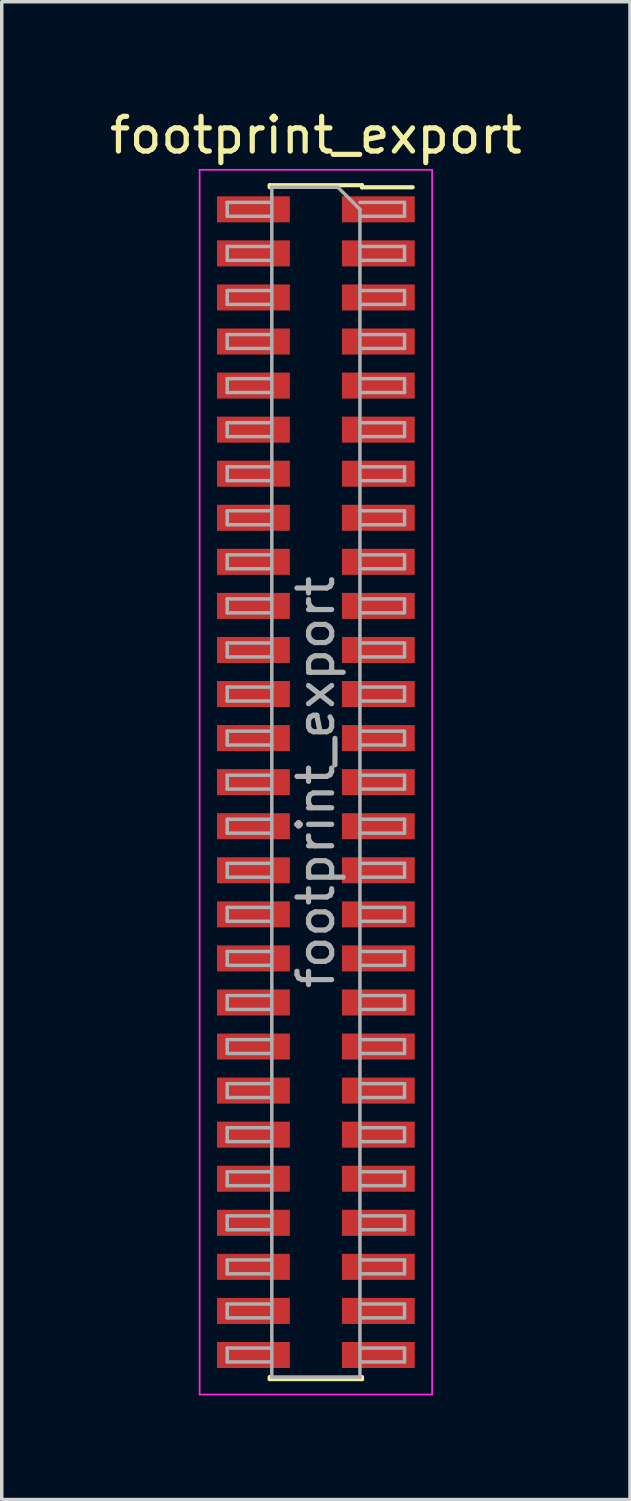
<source format=kicad_pcb>
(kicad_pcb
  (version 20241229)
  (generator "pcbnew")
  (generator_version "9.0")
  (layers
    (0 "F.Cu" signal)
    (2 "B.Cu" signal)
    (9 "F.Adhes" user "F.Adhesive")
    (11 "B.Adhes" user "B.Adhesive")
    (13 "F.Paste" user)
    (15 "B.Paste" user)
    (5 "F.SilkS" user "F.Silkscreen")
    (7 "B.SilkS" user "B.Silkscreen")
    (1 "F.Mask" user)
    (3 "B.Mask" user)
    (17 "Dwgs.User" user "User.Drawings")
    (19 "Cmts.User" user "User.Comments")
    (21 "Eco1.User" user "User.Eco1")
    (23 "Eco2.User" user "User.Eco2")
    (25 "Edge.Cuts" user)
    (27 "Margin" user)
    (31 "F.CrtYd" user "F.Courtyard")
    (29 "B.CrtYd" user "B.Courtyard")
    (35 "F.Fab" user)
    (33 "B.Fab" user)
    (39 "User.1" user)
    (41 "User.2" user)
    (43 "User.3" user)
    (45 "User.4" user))
  (footprint "footprint_export"
    (layer "F.Cu")
    (at 6.054 19.493)
    (property "Reference" "footprint_export" (at 0 -18.645 0) (layer "F.SilkS") (effects (font (size 1 1) (thickness 0.15))))
    (attr smd)
    (fp_line (start -1.33 -17.205) (end -1.33 -17.145) (stroke (width 0.12) (type solid)) (layer "F.SilkS"))
    (fp_line (start -1.33 -17.205) (end 1.33 -17.205) (stroke (width 0.12) (type solid)) (layer "F.SilkS"))
    (fp_line (start -1.33 17.145) (end -1.33 17.205) (stroke (width 0.12) (type solid)) (layer "F.SilkS"))
    (fp_line (start -1.33 17.205) (end 1.33 17.205) (stroke (width 0.12) (type solid)) (layer "F.SilkS"))
    (fp_line (start 1.33 -17.205) (end 1.33 -17.145) (stroke (width 0.12) (type solid)) (layer "F.SilkS"))
    (fp_line (start 1.33 -17.145) (end 2.79 -17.145) (stroke (width 0.12) (type solid)) (layer "F.SilkS"))
    (fp_line (start 1.33 17.145) (end 1.33 17.205) (stroke (width 0.12) (type solid)) (layer "F.SilkS"))
    (fp_line (start -3.35 -17.65) (end 3.35 -17.65) (stroke (width 0.05) (type solid)) (layer "F.CrtYd"))
    (fp_line (start -3.35 17.65) (end -3.35 -17.65) (stroke (width 0.05) (type solid)) (layer "F.CrtYd"))
    (fp_line (start 3.35 -17.65) (end 3.35 17.65) (stroke (width 0.05) (type solid)) (layer "F.CrtYd"))
    (fp_line (start 3.35 17.65) (end -3.35 17.65) (stroke (width 0.05) (type solid)) (layer "F.CrtYd"))
    (fp_line (start -2.555 -16.71) (end -1.27 -16.71) (stroke (width 0.1) (type solid)) (layer "F.Fab"))
    (fp_line (start -2.555 -16.31) (end -2.555 -16.71) (stroke (width 0.1) (type solid)) (layer "F.Fab"))
    (fp_line (start -2.555 -15.44) (end -1.27 -15.44) (stroke (width 0.1) (type solid)) (layer "F.Fab"))
    (fp_line (start -2.555 -15.04) (end -2.555 -15.44) (stroke (width 0.1) (type solid)) (layer "F.Fab"))
    (fp_line (start -2.555 -14.17) (end -1.27 -14.17) (stroke (width 0.1) (type solid)) (layer "F.Fab"))
    (fp_line (start -2.555 -13.77) (end -2.555 -14.17) (stroke (width 0.1) (type solid)) (layer "F.Fab"))
    (fp_line (start -2.555 -12.9) (end -1.27 -12.9) (stroke (width 0.1) (type solid)) (layer "F.Fab"))
    (fp_line (start -2.555 -12.5) (end -2.555 -12.9) (stroke (width 0.1) (type solid)) (layer "F.Fab"))
    (fp_line (start -2.555 -11.63) (end -1.27 -11.63) (stroke (width 0.1) (type solid)) (layer "F.Fab"))
    (fp_line (start -2.555 -11.23) (end -2.555 -11.63) (stroke (width 0.1) (type solid)) (layer "F.Fab"))
    (fp_line (start -2.555 -10.36) (end -1.27 -10.36) (stroke (width 0.1) (type solid)) (layer "F.Fab"))
    (fp_line (start -2.555 -9.96) (end -2.555 -10.36) (stroke (width 0.1) (type solid)) (layer "F.Fab"))
    (fp_line (start -2.555 -9.09) (end -1.27 -9.09) (stroke (width 0.1) (type solid)) (layer "F.Fab"))
    (fp_line (start -2.555 -8.69) (end -2.555 -9.09) (stroke (width 0.1) (type solid)) (layer "F.Fab"))
    (fp_line (start -2.555 -7.82) (end -1.27 -7.82) (stroke (width 0.1) (type solid)) (layer "F.Fab"))
    (fp_line (start -2.555 -7.42) (end -2.555 -7.82) (stroke (width 0.1) (type solid)) (layer "F.Fab"))
    (fp_line (start -2.555 -6.55) (end -1.27 -6.55) (stroke (width 0.1) (type solid)) (layer "F.Fab"))
    (fp_line (start -2.555 -6.15) (end -2.555 -6.55) (stroke (width 0.1) (type solid)) (layer "F.Fab"))
    (fp_line (start -2.555 -5.28) (end -1.27 -5.28) (stroke (width 0.1) (type solid)) (layer "F.Fab"))
    (fp_line (start -2.555 -4.88) (end -2.555 -5.28) (stroke (width 0.1) (type solid)) (layer "F.Fab"))
    (fp_line (start -2.555 -4.01) (end -1.27 -4.01) (stroke (width 0.1) (type solid)) (layer "F.Fab"))
    (fp_line (start -2.555 -3.61) (end -2.555 -4.01) (stroke (width 0.1) (type solid)) (layer "F.Fab"))
    (fp_line (start -2.555 -2.74) (end -1.27 -2.74) (stroke (width 0.1) (type solid)) (layer "F.Fab"))
    (fp_line (start -2.555 -2.34) (end -2.555 -2.74) (stroke (width 0.1) (type solid)) (layer "F.Fab"))
    (fp_line (start -2.555 -1.47) (end -1.27 -1.47) (stroke (width 0.1) (type solid)) (layer "F.Fab"))
    (fp_line (start -2.555 -1.07) (end -2.555 -1.47) (stroke (width 0.1) (type solid)) (layer "F.Fab"))
    (fp_line (start -2.555 -0.2) (end -1.27 -0.2) (stroke (width 0.1) (type solid)) (layer "F.Fab"))
    (fp_line (start -2.555 0.2) (end -2.555 -0.2) (stroke (width 0.1) (type solid)) (layer "F.Fab"))
    (fp_line (start -2.555 1.07) (end -1.27 1.07) (stroke (width 0.1) (type solid)) (layer "F.Fab"))
    (fp_line (start -2.555 1.47) (end -2.555 1.07) (stroke (width 0.1) (type solid)) (layer "F.Fab"))
    (fp_line (start -2.555 2.34) (end -1.27 2.34) (stroke (width 0.1) (type solid)) (layer "F.Fab"))
    (fp_line (start -2.555 2.74) (end -2.555 2.34) (stroke (width 0.1) (type solid)) (layer "F.Fab"))
    (fp_line (start -2.555 3.61) (end -1.27 3.61) (stroke (width 0.1) (type solid)) (layer "F.Fab"))
    (fp_line (start -2.555 4.01) (end -2.555 3.61) (stroke (width 0.1) (type solid)) (layer "F.Fab"))
    (fp_line (start -2.555 4.88) (end -1.27 4.88) (stroke (width 0.1) (type solid)) (layer "F.Fab"))
    (fp_line (start -2.555 5.28) (end -2.555 4.88) (stroke (width 0.1) (type solid)) (layer "F.Fab"))
    (fp_line (start -2.555 6.15) (end -1.27 6.15) (stroke (width 0.1) (type solid)) (layer "F.Fab"))
    (fp_line (start -2.555 6.55) (end -2.555 6.15) (stroke (width 0.1) (type solid)) (layer "F.Fab"))
    (fp_line (start -2.555 7.42) (end -1.27 7.42) (stroke (width 0.1) (type solid)) (layer "F.Fab"))
    (fp_line (start -2.555 7.82) (end -2.555 7.42) (stroke (width 0.1) (type solid)) (layer "F.Fab"))
    (fp_line (start -2.555 8.69) (end -1.27 8.69) (stroke (width 0.1) (type solid)) (layer "F.Fab"))
    (fp_line (start -2.555 9.09) (end -2.555 8.69) (stroke (width 0.1) (type solid)) (layer "F.Fab"))
    (fp_line (start -2.555 9.96) (end -1.27 9.96) (stroke (width 0.1) (type solid)) (layer "F.Fab"))
    (fp_line (start -2.555 10.36) (end -2.555 9.96) (stroke (width 0.1) (type solid)) (layer "F.Fab"))
    (fp_line (start -2.555 11.23) (end -1.27 11.23) (stroke (width 0.1) (type solid)) (layer "F.Fab"))
    (fp_line (start -2.555 11.63) (end -2.555 11.23) (stroke (width 0.1) (type solid)) (layer "F.Fab"))
    (fp_line (start -2.555 12.5) (end -1.27 12.5) (stroke (width 0.1) (type solid)) (layer "F.Fab"))
    (fp_line (start -2.555 12.9) (end -2.555 12.5) (stroke (width 0.1) (type solid)) (layer "F.Fab"))
    (fp_line (start -2.555 13.77) (end -1.27 13.77) (stroke (width 0.1) (type solid)) (layer "F.Fab"))
    (fp_line (start -2.555 14.17) (end -2.555 13.77) (stroke (width 0.1) (type solid)) (layer "F.Fab"))
    (fp_line (start -2.555 15.04) (end -1.27 15.04) (stroke (width 0.1) (type solid)) (layer "F.Fab"))
    (fp_line (start -2.555 15.44) (end -2.555 15.04) (stroke (width 0.1) (type solid)) (layer "F.Fab"))
    (fp_line (start -2.555 16.31) (end -1.27 16.31) (stroke (width 0.1) (type solid)) (layer "F.Fab"))
    (fp_line (start -2.555 16.71) (end -2.555 16.31) (stroke (width 0.1) (type solid)) (layer "F.Fab"))
    (fp_line (start -1.27 -17.145) (end 0.635 -17.145) (stroke (width 0.1) (type solid)) (layer "F.Fab"))
    (fp_line (start -1.27 -16.31) (end -2.555 -16.31) (stroke (width 0.1) (type solid)) (layer "F.Fab"))
    (fp_line (start -1.27 -15.04) (end -2.555 -15.04) (stroke (width 0.1) (type solid)) (layer "F.Fab"))
    (fp_line (start -1.27 -13.77) (end -2.555 -13.77) (stroke (width 0.1) (type solid)) (layer "F.Fab"))
    (fp_line (start -1.27 -12.5) (end -2.555 -12.5) (stroke (width 0.1) (type solid)) (layer "F.Fab"))
    (fp_line (start -1.27 -11.23) (end -2.555 -11.23) (stroke (width 0.1) (type solid)) (layer "F.Fab"))
    (fp_line (start -1.27 -9.96) (end -2.555 -9.96) (stroke (width 0.1) (type solid)) (layer "F.Fab"))
    (fp_line (start -1.27 -8.69) (end -2.555 -8.69) (stroke (width 0.1) (type solid)) (layer "F.Fab"))
    (fp_line (start -1.27 -7.42) (end -2.555 -7.42) (stroke (width 0.1) (type solid)) (layer "F.Fab"))
    (fp_line (start -1.27 -6.15) (end -2.555 -6.15) (stroke (width 0.1) (type solid)) (layer "F.Fab"))
    (fp_line (start -1.27 -4.88) (end -2.555 -4.88) (stroke (width 0.1) (type solid)) (layer "F.Fab"))
    (fp_line (start -1.27 -3.61) (end -2.555 -3.61) (stroke (width 0.1) (type solid)) (layer "F.Fab"))
    (fp_line (start -1.27 -2.34) (end -2.555 -2.34) (stroke (width 0.1) (type solid)) (layer "F.Fab"))
    (fp_line (start -1.27 -1.07) (end -2.555 -1.07) (stroke (width 0.1) (type solid)) (layer "F.Fab"))
    (fp_line (start -1.27 0.2) (end -2.555 0.2) (stroke (width 0.1) (type solid)) (layer "F.Fab"))
    (fp_line (start -1.27 1.47) (end -2.555 1.47) (stroke (width 0.1) (type solid)) (layer "F.Fab"))
    (fp_line (start -1.27 2.74) (end -2.555 2.74) (stroke (width 0.1) (type solid)) (layer "F.Fab"))
    (fp_line (start -1.27 4.01) (end -2.555 4.01) (stroke (width 0.1) (type solid)) (layer "F.Fab"))
    (fp_line (start -1.27 5.28) (end -2.555 5.28) (stroke (width 0.1) (type solid)) (layer "F.Fab"))
    (fp_line (start -1.27 6.55) (end -2.555 6.55) (stroke (width 0.1) (type solid)) (layer "F.Fab"))
    (fp_line (start -1.27 7.82) (end -2.555 7.82) (stroke (width 0.1) (type solid)) (layer "F.Fab"))
    (fp_line (start -1.27 9.09) (end -2.555 9.09) (stroke (width 0.1) (type solid)) (layer "F.Fab"))
    (fp_line (start -1.27 10.36) (end -2.555 10.36) (stroke (width 0.1) (type solid)) (layer "F.Fab"))
    (fp_line (start -1.27 11.63) (end -2.555 11.63) (stroke (width 0.1) (type solid)) (layer "F.Fab"))
    (fp_line (start -1.27 12.9) (end -2.555 12.9) (stroke (width 0.1) (type solid)) (layer "F.Fab"))
    (fp_line (start -1.27 14.17) (end -2.555 14.17) (stroke (width 0.1) (type solid)) (layer "F.Fab"))
    (fp_line (start -1.27 15.44) (end -2.555 15.44) (stroke (width 0.1) (type solid)) (layer "F.Fab"))
    (fp_line (start -1.27 16.71) (end -2.555 16.71) (stroke (width 0.1) (type solid)) (layer "F.Fab"))
    (fp_line (start -1.27 17.145) (end -1.27 -17.145) (stroke (width 0.1) (type solid)) (layer "F.Fab"))
    (fp_line (start 0.635 -17.145) (end 1.27 -16.51) (stroke (width 0.1) (type solid)) (layer "F.Fab"))
    (fp_line (start 1.27 -16.71) (end 2.555 -16.71) (stroke (width 0.1) (type solid)) (layer "F.Fab"))
    (fp_line (start 1.27 -16.51) (end 1.27 17.145) (stroke (width 0.1) (type solid)) (layer "F.Fab"))
    (fp_line (start 1.27 -15.44) (end 2.555 -15.44) (stroke (width 0.1) (type solid)) (layer "F.Fab"))
    (fp_line (start 1.27 -14.17) (end 2.555 -14.17) (stroke (width 0.1) (type solid)) (layer "F.Fab"))
    (fp_line (start 1.27 -12.9) (end 2.555 -12.9) (stroke (width 0.1) (type solid)) (layer "F.Fab"))
    (fp_line (start 1.27 -11.63) (end 2.555 -11.63) (stroke (width 0.1) (type solid)) (layer "F.Fab"))
    (fp_line (start 1.27 -10.36) (end 2.555 -10.36) (stroke (width 0.1) (type solid)) (layer "F.Fab"))
    (fp_line (start 1.27 -9.09) (end 2.555 -9.09) (stroke (width 0.1) (type solid)) (layer "F.Fab"))
    (fp_line (start 1.27 -7.82) (end 2.555 -7.82) (stroke (width 0.1) (type solid)) (layer "F.Fab"))
    (fp_line (start 1.27 -6.55) (end 2.555 -6.55) (stroke (width 0.1) (type solid)) (layer "F.Fab"))
    (fp_line (start 1.27 -5.28) (end 2.555 -5.28) (stroke (width 0.1) (type solid)) (layer "F.Fab"))
    (fp_line (start 1.27 -4.01) (end 2.555 -4.01) (stroke (width 0.1) (type solid)) (layer "F.Fab"))
    (fp_line (start 1.27 -2.74) (end 2.555 -2.74) (stroke (width 0.1) (type solid)) (layer "F.Fab"))
    (fp_line (start 1.27 -1.47) (end 2.555 -1.47) (stroke (width 0.1) (type solid)) (layer "F.Fab"))
    (fp_line (start 1.27 -0.2) (end 2.555 -0.2) (stroke (width 0.1) (type solid)) (layer "F.Fab"))
    (fp_line (start 1.27 1.07) (end 2.555 1.07) (stroke (width 0.1) (type solid)) (layer "F.Fab"))
    (fp_line (start 1.27 2.34) (end 2.555 2.34) (stroke (width 0.1) (type solid)) (layer "F.Fab"))
    (fp_line (start 1.27 3.61) (end 2.555 3.61) (stroke (width 0.1) (type solid)) (layer "F.Fab"))
    (fp_line (start 1.27 4.88) (end 2.555 4.88) (stroke (width 0.1) (type solid)) (layer "F.Fab"))
    (fp_line (start 1.27 6.15) (end 2.555 6.15) (stroke (width 0.1) (type solid)) (layer "F.Fab"))
    (fp_line (start 1.27 7.42) (end 2.555 7.42) (stroke (width 0.1) (type solid)) (layer "F.Fab"))
    (fp_line (start 1.27 8.69) (end 2.555 8.69) (stroke (width 0.1) (type solid)) (layer "F.Fab"))
    (fp_line (start 1.27 9.96) (end 2.555 9.96) (stroke (width 0.1) (type solid)) (layer "F.Fab"))
    (fp_line (start 1.27 11.23) (end 2.555 11.23) (stroke (width 0.1) (type solid)) (layer "F.Fab"))
    (fp_line (start 1.27 12.5) (end 2.555 12.5) (stroke (width 0.1) (type solid)) (layer "F.Fab"))
    (fp_line (start 1.27 13.77) (end 2.555 13.77) (stroke (width 0.1) (type solid)) (layer "F.Fab"))
    (fp_line (start 1.27 15.04) (end 2.555 15.04) (stroke (width 0.1) (type solid)) (layer "F.Fab"))
    (fp_line (start 1.27 16.31) (end 2.555 16.31) (stroke (width 0.1) (type solid)) (layer "F.Fab"))
    (fp_line (start 1.27 17.145) (end -1.27 17.145) (stroke (width 0.1) (type solid)) (layer "F.Fab"))
    (fp_line (start 2.555 -16.71) (end 2.555 -16.31) (stroke (width 0.1) (type solid)) (layer "F.Fab"))
    (fp_line (start 2.555 -16.31) (end 1.27 -16.31) (stroke (width 0.1) (type solid)) (layer "F.Fab"))
    (fp_line (start 2.555 -15.44) (end 2.555 -15.04) (stroke (width 0.1) (type solid)) (layer "F.Fab"))
    (fp_line (start 2.555 -15.04) (end 1.27 -15.04) (stroke (width 0.1) (type solid)) (layer "F.Fab"))
    (fp_line (start 2.555 -14.17) (end 2.555 -13.77) (stroke (width 0.1) (type solid)) (layer "F.Fab"))
    (fp_line (start 2.555 -13.77) (end 1.27 -13.77) (stroke (width 0.1) (type solid)) (layer "F.Fab"))
    (fp_line (start 2.555 -12.9) (end 2.555 -12.5) (stroke (width 0.1) (type solid)) (layer "F.Fab"))
    (fp_line (start 2.555 -12.5) (end 1.27 -12.5) (stroke (width 0.1) (type solid)) (layer "F.Fab"))
    (fp_line (start 2.555 -11.63) (end 2.555 -11.23) (stroke (width 0.1) (type solid)) (layer "F.Fab"))
    (fp_line (start 2.555 -11.23) (end 1.27 -11.23) (stroke (width 0.1) (type solid)) (layer "F.Fab"))
    (fp_line (start 2.555 -10.36) (end 2.555 -9.96) (stroke (width 0.1) (type solid)) (layer "F.Fab"))
    (fp_line (start 2.555 -9.96) (end 1.27 -9.96) (stroke (width 0.1) (type solid)) (layer "F.Fab"))
    (fp_line (start 2.555 -9.09) (end 2.555 -8.69) (stroke (width 0.1) (type solid)) (layer "F.Fab"))
    (fp_line (start 2.555 -8.69) (end 1.27 -8.69) (stroke (width 0.1) (type solid)) (layer "F.Fab"))
    (fp_line (start 2.555 -7.82) (end 2.555 -7.42) (stroke (width 0.1) (type solid)) (layer "F.Fab"))
    (fp_line (start 2.555 -7.42) (end 1.27 -7.42) (stroke (width 0.1) (type solid)) (layer "F.Fab"))
    (fp_line (start 2.555 -6.55) (end 2.555 -6.15) (stroke (width 0.1) (type solid)) (layer "F.Fab"))
    (fp_line (start 2.555 -6.15) (end 1.27 -6.15) (stroke (width 0.1) (type solid)) (layer "F.Fab"))
    (fp_line (start 2.555 -5.28) (end 2.555 -4.88) (stroke (width 0.1) (type solid)) (layer "F.Fab"))
    (fp_line (start 2.555 -4.88) (end 1.27 -4.88) (stroke (width 0.1) (type solid)) (layer "F.Fab"))
    (fp_line (start 2.555 -4.01) (end 2.555 -3.61) (stroke (width 0.1) (type solid)) (layer "F.Fab"))
    (fp_line (start 2.555 -3.61) (end 1.27 -3.61) (stroke (width 0.1) (type solid)) (layer "F.Fab"))
    (fp_line (start 2.555 -2.74) (end 2.555 -2.34) (stroke (width 0.1) (type solid)) (layer "F.Fab"))
    (fp_line (start 2.555 -2.34) (end 1.27 -2.34) (stroke (width 0.1) (type solid)) (layer "F.Fab"))
    (fp_line (start 2.555 -1.47) (end 2.555 -1.07) (stroke (width 0.1) (type solid)) (layer "F.Fab"))
    (fp_line (start 2.555 -1.07) (end 1.27 -1.07) (stroke (width 0.1) (type solid)) (layer "F.Fab"))
    (fp_line (start 2.555 -0.2) (end 2.555 0.2) (stroke (width 0.1) (type solid)) (layer "F.Fab"))
    (fp_line (start 2.555 0.2) (end 1.27 0.2) (stroke (width 0.1) (type solid)) (layer "F.Fab"))
    (fp_line (start 2.555 1.07) (end 2.555 1.47) (stroke (width 0.1) (type solid)) (layer "F.Fab"))
    (fp_line (start 2.555 1.47) (end 1.27 1.47) (stroke (width 0.1) (type solid)) (layer "F.Fab"))
    (fp_line (start 2.555 2.34) (end 2.555 2.74) (stroke (width 0.1) (type solid)) (layer "F.Fab"))
    (fp_line (start 2.555 2.74) (end 1.27 2.74) (stroke (width 0.1) (type solid)) (layer "F.Fab"))
    (fp_line (start 2.555 3.61) (end 2.555 4.01) (stroke (width 0.1) (type solid)) (layer "F.Fab"))
    (fp_line (start 2.555 4.01) (end 1.27 4.01) (stroke (width 0.1) (type solid)) (layer "F.Fab"))
    (fp_line (start 2.555 4.88) (end 2.555 5.28) (stroke (width 0.1) (type solid)) (layer "F.Fab"))
    (fp_line (start 2.555 5.28) (end 1.27 5.28) (stroke (width 0.1) (type solid)) (layer "F.Fab"))
    (fp_line (start 2.555 6.15) (end 2.555 6.55) (stroke (width 0.1) (type solid)) (layer "F.Fab"))
    (fp_line (start 2.555 6.55) (end 1.27 6.55) (stroke (width 0.1) (type solid)) (layer "F.Fab"))
    (fp_line (start 2.555 7.42) (end 2.555 7.82) (stroke (width 0.1) (type solid)) (layer "F.Fab"))
    (fp_line (start 2.555 7.82) (end 1.27 7.82) (stroke (width 0.1) (type solid)) (layer "F.Fab"))
    (fp_line (start 2.555 8.69) (end 2.555 9.09) (stroke (width 0.1) (type solid)) (layer "F.Fab"))
    (fp_line (start 2.555 9.09) (end 1.27 9.09) (stroke (width 0.1) (type solid)) (layer "F.Fab"))
    (fp_line (start 2.555 9.96) (end 2.555 10.36) (stroke (width 0.1) (type solid)) (layer "F.Fab"))
    (fp_line (start 2.555 10.36) (end 1.27 10.36) (stroke (width 0.1) (type solid)) (layer "F.Fab"))
    (fp_line (start 2.555 11.23) (end 2.555 11.63) (stroke (width 0.1) (type solid)) (layer "F.Fab"))
    (fp_line (start 2.555 11.63) (end 1.27 11.63) (stroke (width 0.1) (type solid)) (layer "F.Fab"))
    (fp_line (start 2.555 12.5) (end 2.555 12.9) (stroke (width 0.1) (type solid)) (layer "F.Fab"))
    (fp_line (start 2.555 12.9) (end 1.27 12.9) (stroke (width 0.1) (type solid)) (layer "F.Fab"))
    (fp_line (start 2.555 13.77) (end 2.555 14.17) (stroke (width 0.1) (type solid)) (layer "F.Fab"))
    (fp_line (start 2.555 14.17) (end 1.27 14.17) (stroke (width 0.1) (type solid)) (layer "F.Fab"))
    (fp_line (start 2.555 15.04) (end 2.555 15.44) (stroke (width 0.1) (type solid)) (layer "F.Fab"))
    (fp_line (start 2.555 15.44) (end 1.27 15.44) (stroke (width 0.1) (type solid)) (layer "F.Fab"))
    (fp_line (start 2.555 16.31) (end 2.555 16.71) (stroke (width 0.1) (type solid)) (layer "F.Fab"))
    (fp_line (start 2.555 16.71) (end 1.27 16.71) (stroke (width 0.1) (type solid)) (layer "F.Fab"))
    (fp_text user "${REFERENCE}" (at 0 0 90) (layer "F.Fab") (effects (font (size 1 1) (thickness 0.15))))
    (pad "1" smd rect (at 1.8 -16.51) (size 2.1 0.75) (layers "F.Cu" "F.Mask" "F.Paste"))
    (pad "2" smd rect (at -1.8 -16.51) (size 2.1 0.75) (layers "F.Cu" "F.Mask" "F.Paste"))
    (pad "3" smd rect (at 1.8 -15.24) (size 2.1 0.75) (layers "F.Cu" "F.Mask" "F.Paste"))
    (pad "4" smd rect (at -1.8 -15.24) (size 2.1 0.75) (layers "F.Cu" "F.Mask" "F.Paste"))
    (pad "5" smd rect (at 1.8 -13.97) (size 2.1 0.75) (layers "F.Cu" "F.Mask" "F.Paste"))
    (pad "6" smd rect (at -1.8 -13.97) (size 2.1 0.75) (layers "F.Cu" "F.Mask" "F.Paste"))
    (pad "7" smd rect (at 1.8 -12.7) (size 2.1 0.75) (layers "F.Cu" "F.Mask" "F.Paste"))
    (pad "8" smd rect (at -1.8 -12.7) (size 2.1 0.75) (layers "F.Cu" "F.Mask" "F.Paste"))
    (pad "9" smd rect (at 1.8 -11.43) (size 2.1 0.75) (layers "F.Cu" "F.Mask" "F.Paste"))
    (pad "10" smd rect (at -1.8 -11.43) (size 2.1 0.75) (layers "F.Cu" "F.Mask" "F.Paste"))
    (pad "11" smd rect (at 1.8 -10.16) (size 2.1 0.75) (layers "F.Cu" "F.Mask" "F.Paste"))
    (pad "12" smd rect (at -1.8 -10.16) (size 2.1 0.75) (layers "F.Cu" "F.Mask" "F.Paste"))
    (pad "13" smd rect (at 1.8 -8.89) (size 2.1 0.75) (layers "F.Cu" "F.Mask" "F.Paste"))
    (pad "14" smd rect (at -1.8 -8.89) (size 2.1 0.75) (layers "F.Cu" "F.Mask" "F.Paste"))
    (pad "15" smd rect (at 1.8 -7.62) (size 2.1 0.75) (layers "F.Cu" "F.Mask" "F.Paste"))
    (pad "16" smd rect (at -1.8 -7.62) (size 2.1 0.75) (layers "F.Cu" "F.Mask" "F.Paste"))
    (pad "17" smd rect (at 1.8 -6.35) (size 2.1 0.75) (layers "F.Cu" "F.Mask" "F.Paste"))
    (pad "18" smd rect (at -1.8 -6.35) (size 2.1 0.75) (layers "F.Cu" "F.Mask" "F.Paste"))
    (pad "19" smd rect (at 1.8 -5.08) (size 2.1 0.75) (layers "F.Cu" "F.Mask" "F.Paste"))
    (pad "20" smd rect (at -1.8 -5.08) (size 2.1 0.75) (layers "F.Cu" "F.Mask" "F.Paste"))
    (pad "21" smd rect (at 1.8 -3.81) (size 2.1 0.75) (layers "F.Cu" "F.Mask" "F.Paste"))
    (pad "22" smd rect (at -1.8 -3.81) (size 2.1 0.75) (layers "F.Cu" "F.Mask" "F.Paste"))
    (pad "23" smd rect (at 1.8 -2.54) (size 2.1 0.75) (layers "F.Cu" "F.Mask" "F.Paste"))
    (pad "24" smd rect (at -1.8 -2.54) (size 2.1 0.75) (layers "F.Cu" "F.Mask" "F.Paste"))
    (pad "25" smd rect (at 1.8 -1.27) (size 2.1 0.75) (layers "F.Cu" "F.Mask" "F.Paste"))
    (pad "26" smd rect (at -1.8 -1.27) (size 2.1 0.75) (layers "F.Cu" "F.Mask" "F.Paste"))
    (pad "27" smd rect (at 1.8 0) (size 2.1 0.75) (layers "F.Cu" "F.Mask" "F.Paste"))
    (pad "28" smd rect (at -1.8 0) (size 2.1 0.75) (layers "F.Cu" "F.Mask" "F.Paste"))
    (pad "29" smd rect (at 1.8 1.27) (size 2.1 0.75) (layers "F.Cu" "F.Mask" "F.Paste"))
    (pad "30" smd rect (at -1.8 1.27) (size 2.1 0.75) (layers "F.Cu" "F.Mask" "F.Paste"))
    (pad "31" smd rect (at 1.8 2.54) (size 2.1 0.75) (layers "F.Cu" "F.Mask" "F.Paste"))
    (pad "32" smd rect (at -1.8 2.54) (size 2.1 0.75) (layers "F.Cu" "F.Mask" "F.Paste"))
    (pad "33" smd rect (at 1.8 3.81) (size 2.1 0.75) (layers "F.Cu" "F.Mask" "F.Paste"))
    (pad "34" smd rect (at -1.8 3.81) (size 2.1 0.75) (layers "F.Cu" "F.Mask" "F.Paste"))
    (pad "35" smd rect (at 1.8 5.08) (size 2.1 0.75) (layers "F.Cu" "F.Mask" "F.Paste"))
    (pad "36" smd rect (at -1.8 5.08) (size 2.1 0.75) (layers "F.Cu" "F.Mask" "F.Paste"))
    (pad "37" smd rect (at 1.8 6.35) (size 2.1 0.75) (layers "F.Cu" "F.Mask" "F.Paste"))
    (pad "38" smd rect (at -1.8 6.35) (size 2.1 0.75) (layers "F.Cu" "F.Mask" "F.Paste"))
    (pad "39" smd rect (at 1.8 7.62) (size 2.1 0.75) (layers "F.Cu" "F.Mask" "F.Paste"))
    (pad "40" smd rect (at -1.8 7.62) (size 2.1 0.75) (layers "F.Cu" "F.Mask" "F.Paste"))
    (pad "41" smd rect (at 1.8 8.89) (size 2.1 0.75) (layers "F.Cu" "F.Mask" "F.Paste"))
    (pad "42" smd rect (at -1.8 8.89) (size 2.1 0.75) (layers "F.Cu" "F.Mask" "F.Paste"))
    (pad "43" smd rect (at 1.8 10.16) (size 2.1 0.75) (layers "F.Cu" "F.Mask" "F.Paste"))
    (pad "44" smd rect (at -1.8 10.16) (size 2.1 0.75) (layers "F.Cu" "F.Mask" "F.Paste"))
    (pad "45" smd rect (at 1.8 11.43) (size 2.1 0.75) (layers "F.Cu" "F.Mask" "F.Paste"))
    (pad "46" smd rect (at -1.8 11.43) (size 2.1 0.75) (layers "F.Cu" "F.Mask" "F.Paste"))
    (pad "47" smd rect (at 1.8 12.7) (size 2.1 0.75) (layers "F.Cu" "F.Mask" "F.Paste"))
    (pad "48" smd rect (at -1.8 12.7) (size 2.1 0.75) (layers "F.Cu" "F.Mask" "F.Paste"))
    (pad "49" smd rect (at 1.8 13.97) (size 2.1 0.75) (layers "F.Cu" "F.Mask" "F.Paste"))
    (pad "50" smd rect (at -1.8 13.97) (size 2.1 0.75) (layers "F.Cu" "F.Mask" "F.Paste"))
    (pad "51" smd rect (at 1.8 15.24) (size 2.1 0.75) (layers "F.Cu" "F.Mask" "F.Paste"))
    (pad "52" smd rect (at -1.8 15.24) (size 2.1 0.75) (layers "F.Cu" "F.Mask" "F.Paste"))
    (pad "53" smd rect (at 1.8 16.51) (size 2.1 0.75) (layers "F.Cu" "F.Mask" "F.Paste"))
    (pad "54" smd rect (at -1.8 16.51) (size 2.1 0.75) (layers "F.Cu" "F.Mask" "F.Paste")))
  (gr_rect
    (start -3 -3)
    (end 15.107 40.168)
    (stroke (width 0.1) (type default))
    (fill no)
    (layer "Edge.Cuts")))
</source>
